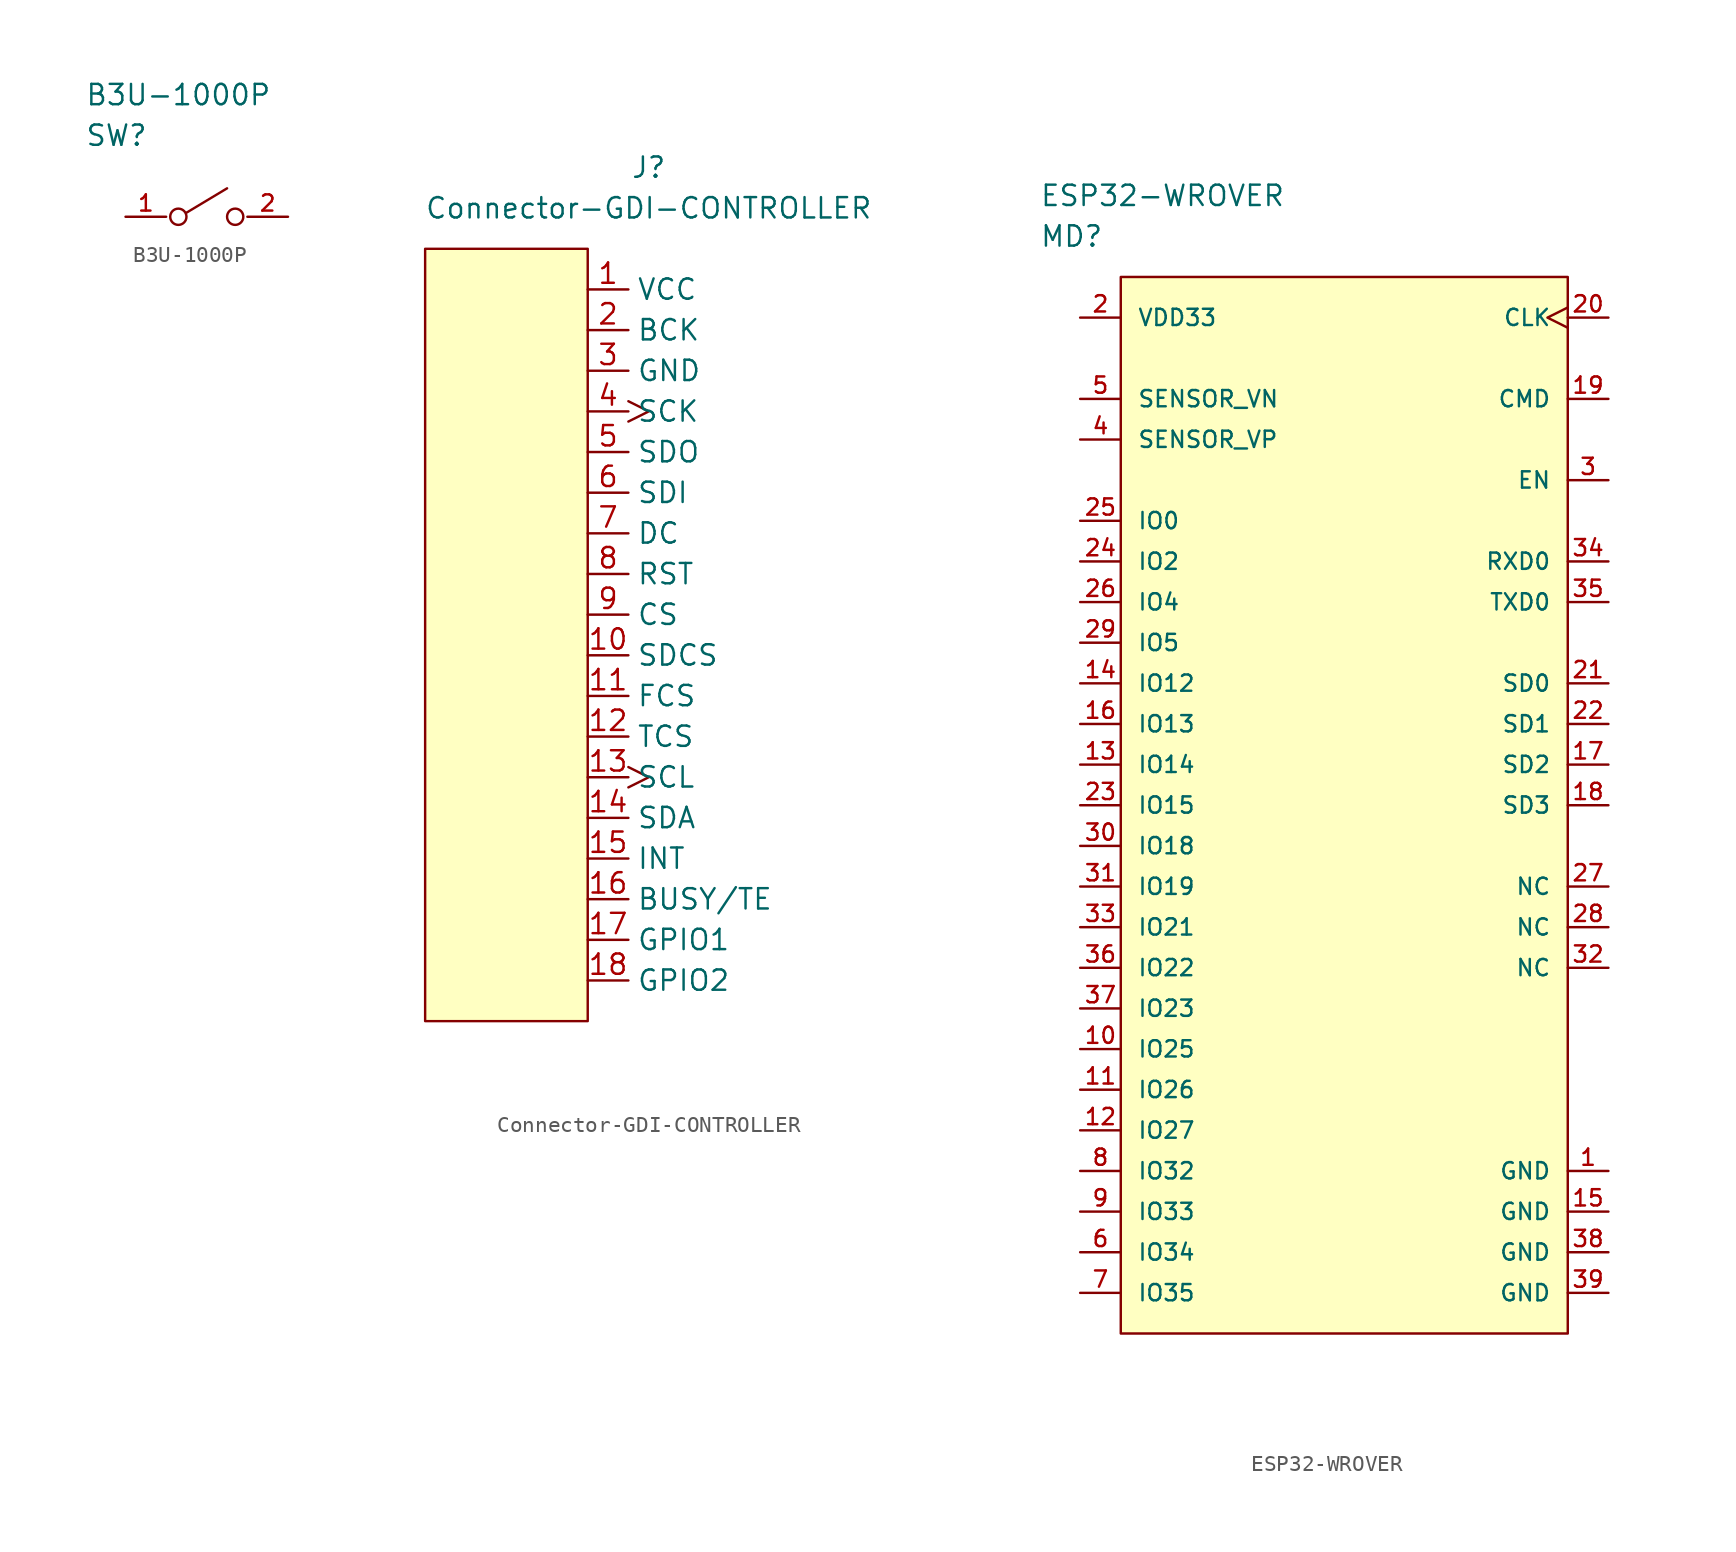
<source format=kicad_sym>
(kicad_symbol_lib
  (version 20201005)
  (generator kicad_symbol_editor)
  (symbol "reptile-monitor:B3U-1000P"
    (pin_names
      (offset 1.016))
    (property "Reference" "SW"
      (at 0 5.08 0)
      (effects (font (size 1.27 1.27)) (justify left)))
    (property "Value" "B3U-1000P"
      (at 0 7.62 0)
      (effects (font (size 1.27 1.27)) (justify left)))
    (property "ki_locked" ""
      (at 0 0 0)
      (effects (font (size 1.27 1.27))))
    (symbol "B3U-1000P_1_1"
      (circle (center 5.842 0) (radius 0.508) (stroke (width 0)) (fill (type none)))
      (circle (center 9.398 0) (radius 0.508) (stroke (width 0)) (fill (type none)))
      (polyline (pts (xy 6.35 0.254) (xy 8.89 1.778)) (stroke (width 0)) (fill (type none)))
      (pin passive line (at 2.54 0 0) (length 2.54) (name "1" (effects (font (size 0 0)))) (number "1" (effects (font (size 1.016 1.016)))))
      (pin passive line (at 12.7 0 180) (length 2.54) (name "2" (effects (font (size 0 0)))) (number "2" (effects (font (size 1.016 1.016)))))))
  (symbol "reptile-monitor:Connector-GDI-CONTROLLER"
    (property "Reference" "J"
      (at 0 1.27 0)
      (effects (font (size 1.27 1.27))))
    (property "Value" "Connector-GDI-CONTROLLER"
      (at 0 -1.27 0)
      (effects (font (size 1.27 1.27))))
    (symbol "Connector-GDI-CONTROLLER_0_1"
      (rectangle (start -13.97 -3.81) (end -3.81 -52.07) (stroke (width 0.152)) (fill (type background))))
    (symbol "Connector-GDI-CONTROLLER_1_1"
      (pin power_out line (at -3.81 -6.35 0) (length 2.54) (name "VCC" (effects (font (size 1.27 1.27)))) (number "1" (effects (font (size 1.27 1.27)))))
      (pin output line (at -3.81 -29.21 0) (length 2.54) (name "SDCS" (effects (font (size 1.27 1.27)))) (number "10" (effects (font (size 1.27 1.27)))))
      (pin output line (at -3.81 -31.75 0) (length 2.54) (name "FCS" (effects (font (size 1.27 1.27)))) (number "11" (effects (font (size 1.27 1.27)))))
      (pin output line (at -3.81 -34.29 0) (length 2.54) (name "TCS" (effects (font (size 1.27 1.27)))) (number "12" (effects (font (size 1.27 1.27)))))
      (pin output clock (at -3.81 -36.83 0) (length 2.54) (name "SCL" (effects (font (size 1.27 1.27)))) (number "13" (effects (font (size 1.27 1.27)))))
      (pin output line (at -3.81 -39.37 0) (length 2.54) (name "SDA" (effects (font (size 1.27 1.27)))) (number "14" (effects (font (size 1.27 1.27)))))
      (pin input line (at -3.81 -41.91 0) (length 2.54) (name "INT" (effects (font (size 1.27 1.27)))) (number "15" (effects (font (size 1.27 1.27)))))
      (pin output line (at -3.81 -44.45 0) (length 2.54) (name "BUSY/TE" (effects (font (size 1.27 1.27)))) (number "16" (effects (font (size 1.27 1.27)))))
      (pin bidirectional line (at -3.81 -46.99 0) (length 2.54) (name "GPIO1" (effects (font (size 1.27 1.27)))) (number "17" (effects (font (size 1.27 1.27)))))
      (pin bidirectional line (at -3.81 -49.53 0) (length 2.54) (name "GPIO2" (effects (font (size 1.27 1.27)))) (number "18" (effects (font (size 1.27 1.27)))))
      (pin output line (at -3.81 -8.89 0) (length 2.54) (name "BCK" (effects (font (size 1.27 1.27)))) (number "2" (effects (font (size 1.27 1.27)))))
      (pin power_out line (at -3.81 -11.43 0) (length 2.54) (name "GND" (effects (font (size 1.27 1.27)))) (number "3" (effects (font (size 1.27 1.27)))))
      (pin output clock (at -3.81 -13.97 0) (length 2.54) (name "SCK" (effects (font (size 1.27 1.27)))) (number "4" (effects (font (size 1.27 1.27)))))
      (pin output line (at -3.81 -16.51 0) (length 2.54) (name "SDO" (effects (font (size 1.27 1.27)))) (number "5" (effects (font (size 1.27 1.27)))) (alternate "MOSI" output line))
      (pin input line (at -3.81 -19.05 0) (length 2.54) (name "SDI" (effects (font (size 1.27 1.27)))) (number "6" (effects (font (size 1.27 1.27)))) (alternate "MISO" input line))
      (pin output line (at -3.81 -21.59 0) (length 2.54) (name "DC" (effects (font (size 1.27 1.27)))) (number "7" (effects (font (size 1.27 1.27)))))
      (pin output line (at -3.81 -24.13 0) (length 2.54) (name "RST" (effects (font (size 1.27 1.27)))) (number "8" (effects (font (size 1.27 1.27)))))
      (pin output line (at -3.81 -26.67 0) (length 2.54) (name "CS" (effects (font (size 1.27 1.27)))) (number "9" (effects (font (size 1.27 1.27)))))))
  (symbol "reptile-monitor:ESP32-WROVER"
    (pin_names
      (offset 1.016))
    (property "Reference" "MD"
      (at 0 5.08 0)
      (effects (font (size 1.27 1.27)) (justify left)))
    (property "Value" "ESP32-WROVER"
      (at 0 7.62 0)
      (effects (font (size 1.27 1.27)) (justify left)))
    (property "ki_locked" ""
      (at 0 0 0)
      (effects (font (size 1.27 1.27))))
    (symbol "ESP32-WROVER_1_1"
      (rectangle (start 5.08 2.54) (end 33.02 -63.5) (stroke (width 0)) (fill (type background)))
      (pin power_in line (at 35.56 -53.34 180) (length 2.54) (name "GND" (effects (font (size 1.016 1.016)))) (number "1" (effects (font (size 1.016 1.016)))))
      (pin bidirectional line (at 2.54 -45.72 0) (length 2.54) (name "IO25" (effects (font (size 1.016 1.016)))) (number "10" (effects (font (size 1.016 1.016)))))
      (pin bidirectional line (at 2.54 -48.26 0) (length 2.54) (name "IO26" (effects (font (size 1.016 1.016)))) (number "11" (effects (font (size 1.016 1.016)))))
      (pin bidirectional line (at 2.54 -50.8 0) (length 2.54) (name "IO27" (effects (font (size 1.016 1.016)))) (number "12" (effects (font (size 1.016 1.016)))))
      (pin bidirectional line (at 2.54 -27.94 0) (length 2.54) (name "IO14" (effects (font (size 1.016 1.016)))) (number "13" (effects (font (size 1.016 1.016)))))
      (pin bidirectional line (at 2.54 -22.86 0) (length 2.54) (name "IO12" (effects (font (size 1.016 1.016)))) (number "14" (effects (font (size 1.016 1.016)))))
      (pin power_in line (at 35.56 -55.88 180) (length 2.54) (name "GND" (effects (font (size 1.016 1.016)))) (number "15" (effects (font (size 1.016 1.016)))))
      (pin bidirectional line (at 2.54 -25.4 0) (length 2.54) (name "IO13" (effects (font (size 1.016 1.016)))) (number "16" (effects (font (size 1.016 1.016)))))
      (pin input line (at 35.56 -27.94 180) (length 2.54) (name "SD2" (effects (font (size 1.016 1.016)))) (number "17" (effects (font (size 1.016 1.016)))))
      (pin input line (at 35.56 -30.48 180) (length 2.54) (name "SD3" (effects (font (size 1.016 1.016)))) (number "18" (effects (font (size 1.016 1.016)))))
      (pin input line (at 35.56 -5.08 180) (length 2.54) (name "CMD" (effects (font (size 1.016 1.016)))) (number "19" (effects (font (size 1.016 1.016)))))
      (pin power_in line (at 2.54 0 0) (length 2.54) (name "VDD33" (effects (font (size 1.016 1.016)))) (number "2" (effects (font (size 1.016 1.016)))))
      (pin input clock (at 35.56 0 180) (length 2.54) (name "CLK" (effects (font (size 1.016 1.016)))) (number "20" (effects (font (size 1.016 1.016)))))
      (pin input line (at 35.56 -22.86 180) (length 2.54) (name "SD0" (effects (font (size 1.016 1.016)))) (number "21" (effects (font (size 1.016 1.016)))))
      (pin input line (at 35.56 -25.4 180) (length 2.54) (name "SD1" (effects (font (size 1.016 1.016)))) (number "22" (effects (font (size 1.016 1.016)))))
      (pin bidirectional line (at 2.54 -30.48 0) (length 2.54) (name "IO15" (effects (font (size 1.016 1.016)))) (number "23" (effects (font (size 1.016 1.016)))))
      (pin bidirectional line (at 2.54 -15.24 0) (length 2.54) (name "IO2" (effects (font (size 1.016 1.016)))) (number "24" (effects (font (size 1.016 1.016)))))
      (pin bidirectional line (at 2.54 -12.7 0) (length 2.54) (name "IO0" (effects (font (size 1.016 1.016)))) (number "25" (effects (font (size 1.016 1.016)))))
      (pin bidirectional line (at 2.54 -17.78 0) (length 2.54) (name "IO4" (effects (font (size 1.016 1.016)))) (number "26" (effects (font (size 1.016 1.016)))))
      (pin passive line (at 35.56 -35.56 180) (length 2.54) (name "NC" (effects (font (size 1.016 1.016)))) (number "27" (effects (font (size 1.016 1.016)))))
      (pin passive line (at 35.56 -38.1 180) (length 2.54) (name "NC" (effects (font (size 1.016 1.016)))) (number "28" (effects (font (size 1.016 1.016)))))
      (pin bidirectional line (at 2.54 -20.32 0) (length 2.54) (name "IO5" (effects (font (size 1.016 1.016)))) (number "29" (effects (font (size 1.016 1.016)))))
      (pin input line (at 35.56 -10.16 180) (length 2.54) (name "EN" (effects (font (size 1.016 1.016)))) (number "3" (effects (font (size 1.016 1.016)))))
      (pin bidirectional line (at 2.54 -33.02 0) (length 2.54) (name "IO18" (effects (font (size 1.016 1.016)))) (number "30" (effects (font (size 1.016 1.016)))))
      (pin bidirectional line (at 2.54 -35.56 0) (length 2.54) (name "IO19" (effects (font (size 1.016 1.016)))) (number "31" (effects (font (size 1.016 1.016)))))
      (pin passive line (at 35.56 -40.64 180) (length 2.54) (name "NC" (effects (font (size 1.016 1.016)))) (number "32" (effects (font (size 1.016 1.016)))))
      (pin bidirectional line (at 2.54 -38.1 0) (length 2.54) (name "IO21" (effects (font (size 1.016 1.016)))) (number "33" (effects (font (size 1.016 1.016)))))
      (pin input line (at 35.56 -15.24 180) (length 2.54) (name "RXD0" (effects (font (size 1.016 1.016)))) (number "34" (effects (font (size 1.016 1.016)))))
      (pin output line (at 35.56 -17.78 180) (length 2.54) (name "TXD0" (effects (font (size 1.016 1.016)))) (number "35" (effects (font (size 1.016 1.016)))))
      (pin bidirectional line (at 2.54 -40.64 0) (length 2.54) (name "IO22" (effects (font (size 1.016 1.016)))) (number "36" (effects (font (size 1.016 1.016)))))
      (pin bidirectional line (at 2.54 -43.18 0) (length 2.54) (name "IO23" (effects (font (size 1.016 1.016)))) (number "37" (effects (font (size 1.016 1.016)))))
      (pin power_in line (at 35.56 -58.42 180) (length 2.54) (name "GND" (effects (font (size 1.016 1.016)))) (number "38" (effects (font (size 1.016 1.016)))))
      (pin power_in line (at 35.56 -60.96 180) (length 2.54) (name "GND" (effects (font (size 1.016 1.016)))) (number "39" (effects (font (size 1.016 1.016)))))
      (pin bidirectional line (at 2.54 -7.62 0) (length 2.54) (name "SENSOR_VP" (effects (font (size 1.016 1.016)))) (number "4" (effects (font (size 1.016 1.016)))))
      (pin bidirectional line (at 2.54 -5.08 0) (length 2.54) (name "SENSOR_VN" (effects (font (size 1.016 1.016)))) (number "5" (effects (font (size 1.016 1.016)))))
      (pin bidirectional line (at 2.54 -58.42 0) (length 2.54) (name "IO34" (effects (font (size 1.016 1.016)))) (number "6" (effects (font (size 1.016 1.016)))))
      (pin bidirectional line (at 2.54 -60.96 0) (length 2.54) (name "IO35" (effects (font (size 1.016 1.016)))) (number "7" (effects (font (size 1.016 1.016)))))
      (pin bidirectional line (at 2.54 -53.34 0) (length 2.54) (name "IO32" (effects (font (size 1.016 1.016)))) (number "8" (effects (font (size 1.016 1.016)))))
      (pin bidirectional line (at 2.54 -55.88 0) (length 2.54) (name "IO33" (effects (font (size 1.016 1.016)))) (number "9" (effects (font (size 1.016 1.016))))))))
</source>
